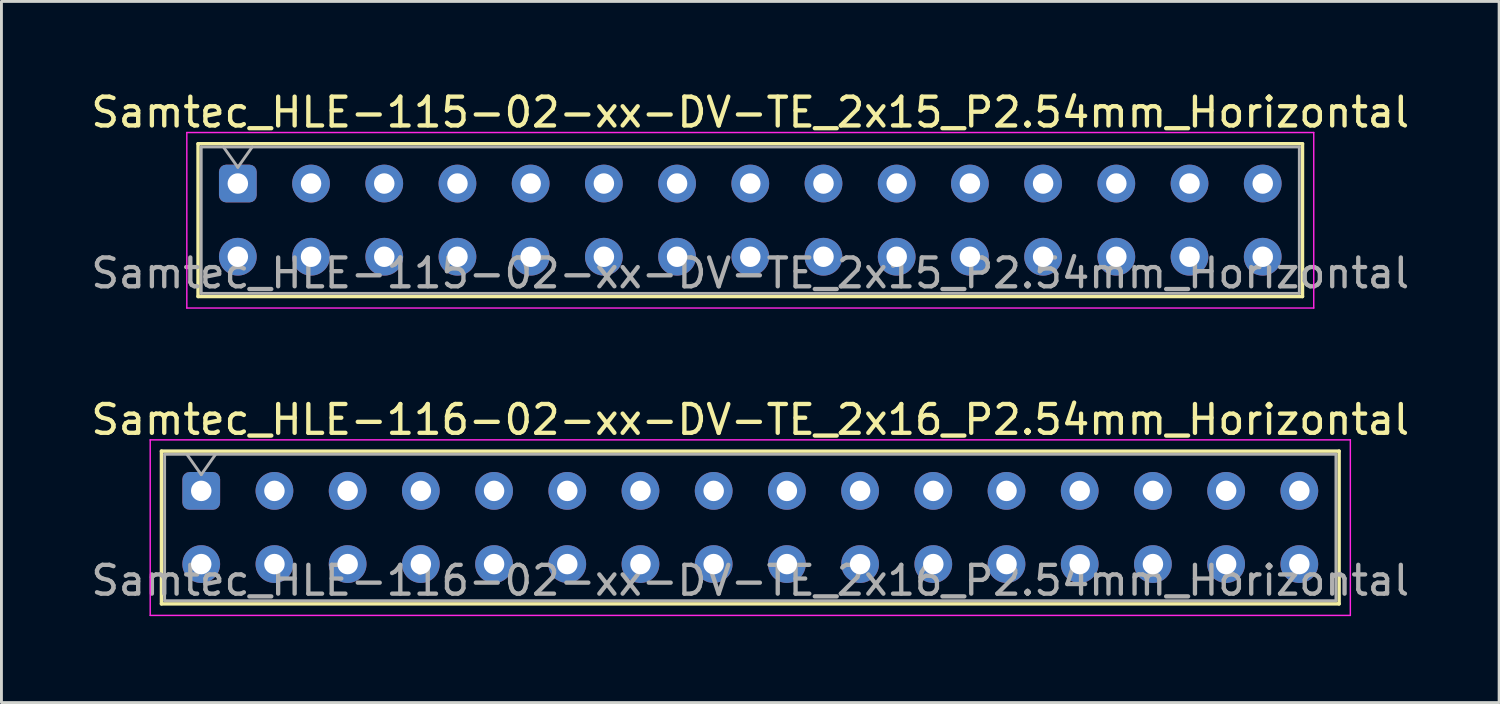
<source format=kicad_pcb>
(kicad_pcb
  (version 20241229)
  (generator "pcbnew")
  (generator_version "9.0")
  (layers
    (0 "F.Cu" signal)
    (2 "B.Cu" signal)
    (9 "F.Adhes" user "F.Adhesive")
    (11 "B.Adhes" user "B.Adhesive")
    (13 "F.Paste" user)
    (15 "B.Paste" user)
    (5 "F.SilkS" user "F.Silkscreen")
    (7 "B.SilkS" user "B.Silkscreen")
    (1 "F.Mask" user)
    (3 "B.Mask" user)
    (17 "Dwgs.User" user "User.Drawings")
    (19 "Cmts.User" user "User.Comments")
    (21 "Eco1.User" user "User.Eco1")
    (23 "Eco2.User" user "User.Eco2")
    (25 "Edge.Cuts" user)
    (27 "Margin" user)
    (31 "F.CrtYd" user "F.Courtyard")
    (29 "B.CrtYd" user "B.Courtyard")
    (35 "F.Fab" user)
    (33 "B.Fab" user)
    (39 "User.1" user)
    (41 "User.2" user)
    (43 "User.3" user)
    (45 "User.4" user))
  (footprint "Samtec_HLE-115-02-xx-DV-TE_2x15_P2.54mm_Horizontal"
    (layer "F.Cu")
    (at 5.202 3.318)
    (property "Reference" "Samtec_HLE-115-02-xx-DV-TE_2x15_P2.54mm_Horizontal" (at 17.78 -2.47 0) (layer "F.SilkS") (effects (font (size 1 1) (thickness 0.15))))
    (attr through_hole)
    (fp_line (start -1.38 -1.38) (end 36.94 -1.38) (stroke (width 0.12) (type solid)) (layer "F.SilkS"))
    (fp_line (start -1.38 3.92) (end -1.38 -1.38) (stroke (width 0.12) (type solid)) (layer "F.SilkS"))
    (fp_line (start 36.94 -1.38) (end 36.94 3.92) (stroke (width 0.12) (type solid)) (layer "F.SilkS"))
    (fp_line (start 36.94 3.92) (end -1.38 3.92) (stroke (width 0.12) (type solid)) (layer "F.SilkS"))
    (fp_line (start -1.77 -1.77) (end 37.33 -1.77) (stroke (width 0.05) (type solid)) (layer "F.CrtYd"))
    (fp_line (start -1.77 4.32) (end -1.77 -1.77) (stroke (width 0.05) (type solid)) (layer "F.CrtYd"))
    (fp_line (start 37.33 -1.77) (end 37.33 4.32) (stroke (width 0.05) (type solid)) (layer "F.CrtYd"))
    (fp_line (start 37.33 4.32) (end -1.77 4.32) (stroke (width 0.05) (type solid)) (layer "F.CrtYd"))
    (fp_line (start -1.27 -1.27) (end 36.83 -1.27) (stroke (width 0.1) (type solid)) (layer "F.Fab"))
    (fp_line (start -1.27 3.81) (end -1.27 -1.27) (stroke (width 0.1) (type solid)) (layer "F.Fab"))
    (fp_line (start -0.5 -1.27) (end 0 -0.563) (stroke (width 0.1) (type solid)) (layer "F.Fab"))
    (fp_line (start 0 -0.563) (end 0.5 -1.27) (stroke (width 0.1) (type solid)) (layer "F.Fab"))
    (fp_line (start 36.83 -1.27) (end 36.83 3.81) (stroke (width 0.1) (type solid)) (layer "F.Fab"))
    (fp_line (start 36.83 3.81) (end -1.27 3.81) (stroke (width 0.1) (type solid)) (layer "F.Fab"))
    (fp_text user "${REFERENCE}" (at 17.78 3.11 0) (layer "F.Fab") (effects (font (size 1 1) (thickness 0.15))))
    (pad "1" thru_hole roundrect (at 0 0) (size 1.31 1.31) (drill 0.71) (layers "*.Cu" "*.Mask") (roundrect_rratio 0.191))
    (pad "2" thru_hole circle (at 0 2.54) (size 1.31 1.31) (drill 0.71) (layers "*.Cu" "*.Mask"))
    (pad "3" thru_hole circle (at 2.54 0) (size 1.31 1.31) (drill 0.71) (layers "*.Cu" "*.Mask"))
    (pad "4" thru_hole circle (at 2.54 2.54) (size 1.31 1.31) (drill 0.71) (layers "*.Cu" "*.Mask"))
    (pad "5" thru_hole circle (at 5.08 0) (size 1.31 1.31) (drill 0.71) (layers "*.Cu" "*.Mask"))
    (pad "6" thru_hole circle (at 5.08 2.54) (size 1.31 1.31) (drill 0.71) (layers "*.Cu" "*.Mask"))
    (pad "7" thru_hole circle (at 7.62 0) (size 1.31 1.31) (drill 0.71) (layers "*.Cu" "*.Mask"))
    (pad "8" thru_hole circle (at 7.62 2.54) (size 1.31 1.31) (drill 0.71) (layers "*.Cu" "*.Mask"))
    (pad "9" thru_hole circle (at 10.16 0) (size 1.31 1.31) (drill 0.71) (layers "*.Cu" "*.Mask"))
    (pad "10" thru_hole circle (at 10.16 2.54) (size 1.31 1.31) (drill 0.71) (layers "*.Cu" "*.Mask"))
    (pad "11" thru_hole circle (at 12.7 0) (size 1.31 1.31) (drill 0.71) (layers "*.Cu" "*.Mask"))
    (pad "12" thru_hole circle (at 12.7 2.54) (size 1.31 1.31) (drill 0.71) (layers "*.Cu" "*.Mask"))
    (pad "13" thru_hole circle (at 15.24 0) (size 1.31 1.31) (drill 0.71) (layers "*.Cu" "*.Mask"))
    (pad "14" thru_hole circle (at 15.24 2.54) (size 1.31 1.31) (drill 0.71) (layers "*.Cu" "*.Mask"))
    (pad "15" thru_hole circle (at 17.78 0) (size 1.31 1.31) (drill 0.71) (layers "*.Cu" "*.Mask"))
    (pad "16" thru_hole circle (at 17.78 2.54) (size 1.31 1.31) (drill 0.71) (layers "*.Cu" "*.Mask"))
    (pad "17" thru_hole circle (at 20.32 0) (size 1.31 1.31) (drill 0.71) (layers "*.Cu" "*.Mask"))
    (pad "18" thru_hole circle (at 20.32 2.54) (size 1.31 1.31) (drill 0.71) (layers "*.Cu" "*.Mask"))
    (pad "19" thru_hole circle (at 22.86 0) (size 1.31 1.31) (drill 0.71) (layers "*.Cu" "*.Mask"))
    (pad "20" thru_hole circle (at 22.86 2.54) (size 1.31 1.31) (drill 0.71) (layers "*.Cu" "*.Mask"))
    (pad "21" thru_hole circle (at 25.4 0) (size 1.31 1.31) (drill 0.71) (layers "*.Cu" "*.Mask"))
    (pad "22" thru_hole circle (at 25.4 2.54) (size 1.31 1.31) (drill 0.71) (layers "*.Cu" "*.Mask"))
    (pad "23" thru_hole circle (at 27.94 0) (size 1.31 1.31) (drill 0.71) (layers "*.Cu" "*.Mask"))
    (pad "24" thru_hole circle (at 27.94 2.54) (size 1.31 1.31) (drill 0.71) (layers "*.Cu" "*.Mask"))
    (pad "25" thru_hole circle (at 30.48 0) (size 1.31 1.31) (drill 0.71) (layers "*.Cu" "*.Mask"))
    (pad "26" thru_hole circle (at 30.48 2.54) (size 1.31 1.31) (drill 0.71) (layers "*.Cu" "*.Mask"))
    (pad "27" thru_hole circle (at 33.02 0) (size 1.31 1.31) (drill 0.71) (layers "*.Cu" "*.Mask"))
    (pad "28" thru_hole circle (at 33.02 2.54) (size 1.31 1.31) (drill 0.71) (layers "*.Cu" "*.Mask"))
    (pad "29" thru_hole circle (at 35.56 0) (size 1.31 1.31) (drill 0.71) (layers "*.Cu" "*.Mask"))
    (pad "30" thru_hole circle (at 35.56 2.54) (size 1.31 1.31) (drill 0.71) (layers "*.Cu" "*.Mask")))
  (footprint "Samtec_HLE-116-02-xx-DV-TE_2x16_P2.54mm_Horizontal"
    (layer "F.Cu")
    (at 3.932 13.982)
    (property "Reference" "Samtec_HLE-116-02-xx-DV-TE_2x16_P2.54mm_Horizontal" (at 19.05 -2.47 0) (layer "F.SilkS") (effects (font (size 1 1) (thickness 0.15))))
    (attr through_hole)
    (fp_line (start -1.38 -1.38) (end 39.48 -1.38) (stroke (width 0.12) (type solid)) (layer "F.SilkS"))
    (fp_line (start -1.38 3.92) (end -1.38 -1.38) (stroke (width 0.12) (type solid)) (layer "F.SilkS"))
    (fp_line (start 39.48 -1.38) (end 39.48 3.92) (stroke (width 0.12) (type solid)) (layer "F.SilkS"))
    (fp_line (start 39.48 3.92) (end -1.38 3.92) (stroke (width 0.12) (type solid)) (layer "F.SilkS"))
    (fp_line (start -1.77 -1.77) (end 39.87 -1.77) (stroke (width 0.05) (type solid)) (layer "F.CrtYd"))
    (fp_line (start -1.77 4.32) (end -1.77 -1.77) (stroke (width 0.05) (type solid)) (layer "F.CrtYd"))
    (fp_line (start 39.87 -1.77) (end 39.87 4.32) (stroke (width 0.05) (type solid)) (layer "F.CrtYd"))
    (fp_line (start 39.87 4.32) (end -1.77 4.32) (stroke (width 0.05) (type solid)) (layer "F.CrtYd"))
    (fp_line (start -1.27 -1.27) (end 39.37 -1.27) (stroke (width 0.1) (type solid)) (layer "F.Fab"))
    (fp_line (start -1.27 3.81) (end -1.27 -1.27) (stroke (width 0.1) (type solid)) (layer "F.Fab"))
    (fp_line (start -0.5 -1.27) (end 0 -0.563) (stroke (width 0.1) (type solid)) (layer "F.Fab"))
    (fp_line (start 0 -0.563) (end 0.5 -1.27) (stroke (width 0.1) (type solid)) (layer "F.Fab"))
    (fp_line (start 39.37 -1.27) (end 39.37 3.81) (stroke (width 0.1) (type solid)) (layer "F.Fab"))
    (fp_line (start 39.37 3.81) (end -1.27 3.81) (stroke (width 0.1) (type solid)) (layer "F.Fab"))
    (fp_text user "${REFERENCE}" (at 19.05 3.11 0) (layer "F.Fab") (effects (font (size 1 1) (thickness 0.15))))
    (pad "1" thru_hole roundrect (at 0 0) (size 1.31 1.31) (drill 0.71) (layers "*.Cu" "*.Mask") (roundrect_rratio 0.191))
    (pad "2" thru_hole circle (at 0 2.54) (size 1.31 1.31) (drill 0.71) (layers "*.Cu" "*.Mask"))
    (pad "3" thru_hole circle (at 2.54 0) (size 1.31 1.31) (drill 0.71) (layers "*.Cu" "*.Mask"))
    (pad "4" thru_hole circle (at 2.54 2.54) (size 1.31 1.31) (drill 0.71) (layers "*.Cu" "*.Mask"))
    (pad "5" thru_hole circle (at 5.08 0) (size 1.31 1.31) (drill 0.71) (layers "*.Cu" "*.Mask"))
    (pad "6" thru_hole circle (at 5.08 2.54) (size 1.31 1.31) (drill 0.71) (layers "*.Cu" "*.Mask"))
    (pad "7" thru_hole circle (at 7.62 0) (size 1.31 1.31) (drill 0.71) (layers "*.Cu" "*.Mask"))
    (pad "8" thru_hole circle (at 7.62 2.54) (size 1.31 1.31) (drill 0.71) (layers "*.Cu" "*.Mask"))
    (pad "9" thru_hole circle (at 10.16 0) (size 1.31 1.31) (drill 0.71) (layers "*.Cu" "*.Mask"))
    (pad "10" thru_hole circle (at 10.16 2.54) (size 1.31 1.31) (drill 0.71) (layers "*.Cu" "*.Mask"))
    (pad "11" thru_hole circle (at 12.7 0) (size 1.31 1.31) (drill 0.71) (layers "*.Cu" "*.Mask"))
    (pad "12" thru_hole circle (at 12.7 2.54) (size 1.31 1.31) (drill 0.71) (layers "*.Cu" "*.Mask"))
    (pad "13" thru_hole circle (at 15.24 0) (size 1.31 1.31) (drill 0.71) (layers "*.Cu" "*.Mask"))
    (pad "14" thru_hole circle (at 15.24 2.54) (size 1.31 1.31) (drill 0.71) (layers "*.Cu" "*.Mask"))
    (pad "15" thru_hole circle (at 17.78 0) (size 1.31 1.31) (drill 0.71) (layers "*.Cu" "*.Mask"))
    (pad "16" thru_hole circle (at 17.78 2.54) (size 1.31 1.31) (drill 0.71) (layers "*.Cu" "*.Mask"))
    (pad "17" thru_hole circle (at 20.32 0) (size 1.31 1.31) (drill 0.71) (layers "*.Cu" "*.Mask"))
    (pad "18" thru_hole circle (at 20.32 2.54) (size 1.31 1.31) (drill 0.71) (layers "*.Cu" "*.Mask"))
    (pad "19" thru_hole circle (at 22.86 0) (size 1.31 1.31) (drill 0.71) (layers "*.Cu" "*.Mask"))
    (pad "20" thru_hole circle (at 22.86 2.54) (size 1.31 1.31) (drill 0.71) (layers "*.Cu" "*.Mask"))
    (pad "21" thru_hole circle (at 25.4 0) (size 1.31 1.31) (drill 0.71) (layers "*.Cu" "*.Mask"))
    (pad "22" thru_hole circle (at 25.4 2.54) (size 1.31 1.31) (drill 0.71) (layers "*.Cu" "*.Mask"))
    (pad "23" thru_hole circle (at 27.94 0) (size 1.31 1.31) (drill 0.71) (layers "*.Cu" "*.Mask"))
    (pad "24" thru_hole circle (at 27.94 2.54) (size 1.31 1.31) (drill 0.71) (layers "*.Cu" "*.Mask"))
    (pad "25" thru_hole circle (at 30.48 0) (size 1.31 1.31) (drill 0.71) (layers "*.Cu" "*.Mask"))
    (pad "26" thru_hole circle (at 30.48 2.54) (size 1.31 1.31) (drill 0.71) (layers "*.Cu" "*.Mask"))
    (pad "27" thru_hole circle (at 33.02 0) (size 1.31 1.31) (drill 0.71) (layers "*.Cu" "*.Mask"))
    (pad "28" thru_hole circle (at 33.02 2.54) (size 1.31 1.31) (drill 0.71) (layers "*.Cu" "*.Mask"))
    (pad "29" thru_hole circle (at 35.56 0) (size 1.31 1.31) (drill 0.71) (layers "*.Cu" "*.Mask"))
    (pad "30" thru_hole circle (at 35.56 2.54) (size 1.31 1.31) (drill 0.71) (layers "*.Cu" "*.Mask"))
    (pad "31" thru_hole circle (at 38.1 0) (size 1.31 1.31) (drill 0.71) (layers "*.Cu" "*.Mask"))
    (pad "32" thru_hole circle (at 38.1 2.54) (size 1.31 1.31) (drill 0.71) (layers "*.Cu" "*.Mask")))
  (gr_rect
    (start -3 -3)
    (end 48.964 21.326)
    (stroke (width 0.1) (type default))
    (fill no)
    (layer "Edge.Cuts")))
</source>
